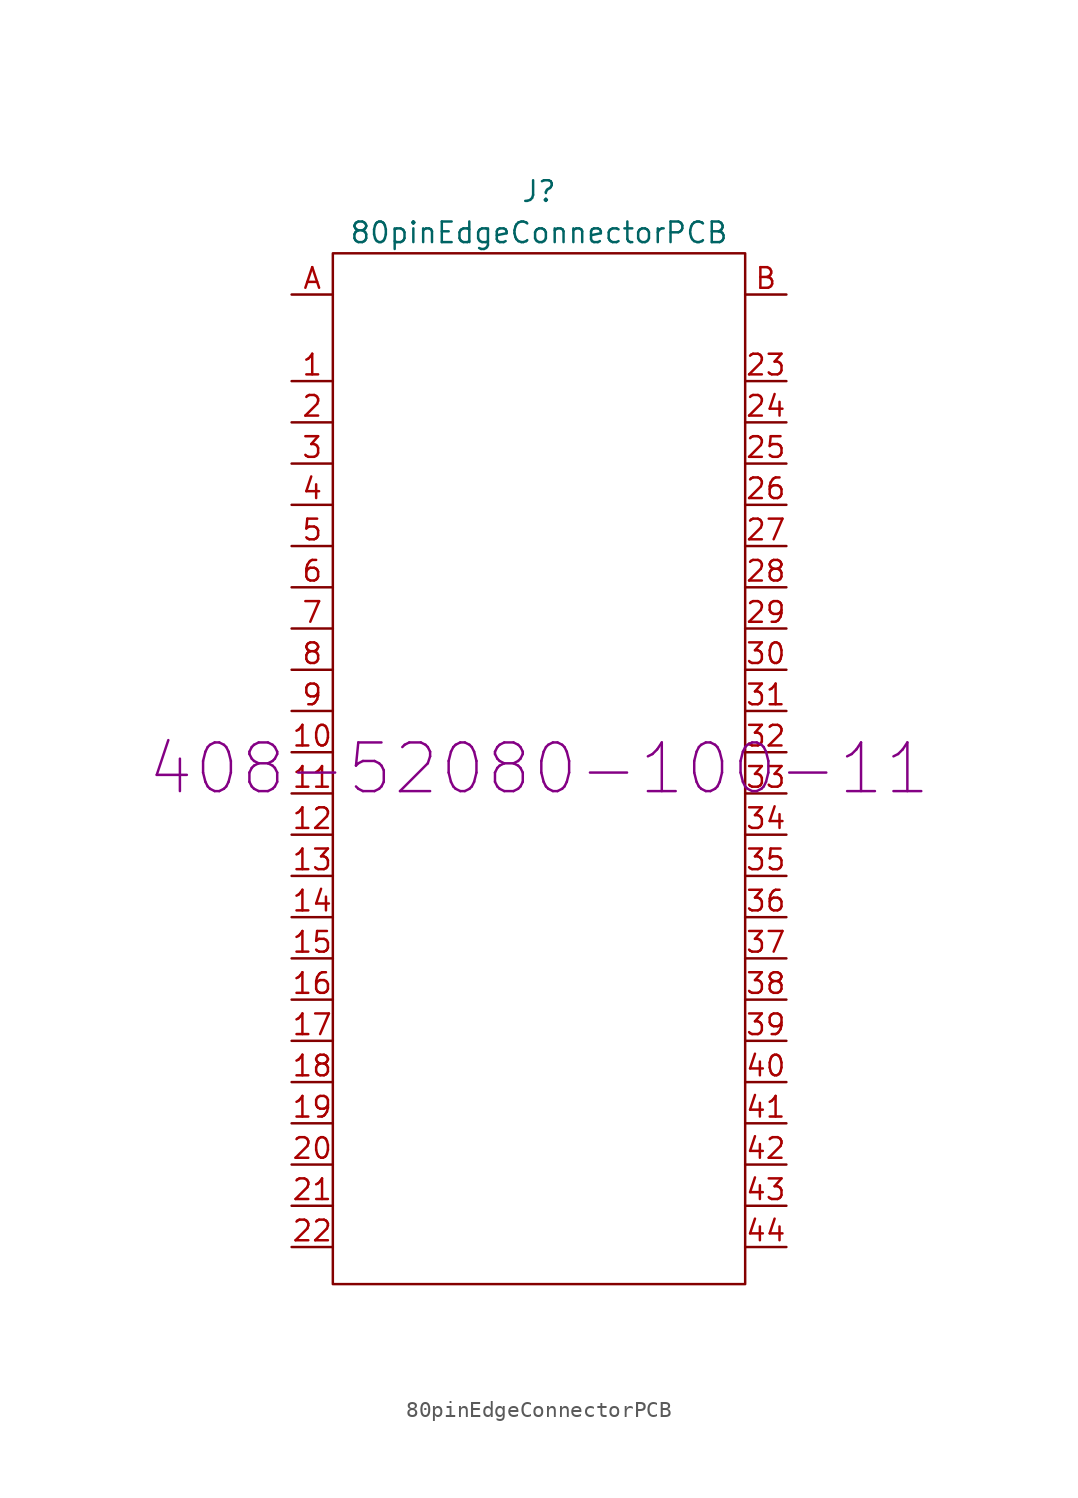
<source format=kicad_sym>
(kicad_symbol_lib
  (version 20220914)
  (generator kicad_symbol_editor)
  (symbol "80pinEdgeConnectorPCB"
    (pin_names
      (offset 1.016))
    (property "Reference" "J"
      (at 0 35.56 0)
      (effects (font (size 1.27 1.27))))
    (property "Value" "80pinEdgeConnectorPCB"
      (at 0 33.02 0)
      (effects (font (size 1.27 1.27))))
    (property "MFG ID" "408-52080-100-11"
      (at 0 0 0)
      (effects (font (size 2.997 2.997))))
    (symbol "80pinEdgeConnectorPCB_0_1"
      (rectangle (start -12.7 31.75) (end 12.7 -31.75) (stroke (width 0) (type default)) (fill (type none))))
    (symbol "80pinEdgeConnectorPCB_1_1"
      (pin input line (at -15.24 23.876 0) (length 2.54) (name "~" (effects (font (size 1.27 1.27)))) (number "1" (effects (font (size 1.27 1.27)))))
      (pin input line (at -15.24 1.016 0) (length 2.54) (name "~" (effects (font (size 1.27 1.27)))) (number "10" (effects (font (size 1.27 1.27)))))
      (pin input line (at -15.24 -1.524 0) (length 2.54) (name "~" (effects (font (size 1.27 1.27)))) (number "11" (effects (font (size 1.27 1.27)))))
      (pin input line (at -15.24 -4.064 0) (length 2.54) (name "~" (effects (font (size 1.27 1.27)))) (number "12" (effects (font (size 1.27 1.27)))))
      (pin input line (at -15.24 -6.604 0) (length 2.54) (name "~" (effects (font (size 1.27 1.27)))) (number "13" (effects (font (size 1.27 1.27)))))
      (pin input line (at -15.24 -9.144 0) (length 2.54) (name "~" (effects (font (size 1.27 1.27)))) (number "14" (effects (font (size 1.27 1.27)))))
      (pin input line (at -15.24 -11.684 0) (length 2.54) (name "~" (effects (font (size 1.27 1.27)))) (number "15" (effects (font (size 1.27 1.27)))))
      (pin input line (at -15.24 -14.224 0) (length 2.54) (name "~" (effects (font (size 1.27 1.27)))) (number "16" (effects (font (size 1.27 1.27)))))
      (pin input line (at -15.24 -16.764 0) (length 2.54) (name "~" (effects (font (size 1.27 1.27)))) (number "17" (effects (font (size 1.27 1.27)))))
      (pin input line (at -15.24 -19.304 0) (length 2.54) (name "~" (effects (font (size 1.27 1.27)))) (number "18" (effects (font (size 1.27 1.27)))))
      (pin input line (at -15.24 -21.844 0) (length 2.54) (name "~" (effects (font (size 1.27 1.27)))) (number "19" (effects (font (size 1.27 1.27)))))
      (pin input line (at -15.24 21.336 0) (length 2.54) (name "~" (effects (font (size 1.27 1.27)))) (number "2" (effects (font (size 1.27 1.27)))))
      (pin input line (at -15.24 -24.384 0) (length 2.54) (name "~" (effects (font (size 1.27 1.27)))) (number "20" (effects (font (size 1.27 1.27)))))
      (pin input line (at -15.24 -26.924 0) (length 2.54) (name "~" (effects (font (size 1.27 1.27)))) (number "21" (effects (font (size 1.27 1.27)))))
      (pin input line (at -15.24 -29.464 0) (length 2.54) (name "~" (effects (font (size 1.27 1.27)))) (number "22" (effects (font (size 1.27 1.27)))))
      (pin input line (at 15.24 23.876 180) (length 2.54) (name "~" (effects (font (size 1.27 1.27)))) (number "23" (effects (font (size 1.27 1.27)))))
      (pin input line (at 15.24 21.336 180) (length 2.54) (name "~" (effects (font (size 1.27 1.27)))) (number "24" (effects (font (size 1.27 1.27)))))
      (pin input line (at 15.24 18.796 180) (length 2.54) (name "~" (effects (font (size 1.27 1.27)))) (number "25" (effects (font (size 1.27 1.27)))))
      (pin input line (at 15.24 16.256 180) (length 2.54) (name "~" (effects (font (size 1.27 1.27)))) (number "26" (effects (font (size 1.27 1.27)))))
      (pin input line (at 15.24 13.716 180) (length 2.54) (name "~" (effects (font (size 1.27 1.27)))) (number "27" (effects (font (size 1.27 1.27)))))
      (pin input line (at 15.24 11.176 180) (length 2.54) (name "~" (effects (font (size 1.27 1.27)))) (number "28" (effects (font (size 1.27 1.27)))))
      (pin input line (at 15.24 8.636 180) (length 2.54) (name "~" (effects (font (size 1.27 1.27)))) (number "29" (effects (font (size 1.27 1.27)))))
      (pin input line (at -15.24 18.796 0) (length 2.54) (name "~" (effects (font (size 1.27 1.27)))) (number "3" (effects (font (size 1.27 1.27)))))
      (pin input line (at 15.24 6.096 180) (length 2.54) (name "~" (effects (font (size 1.27 1.27)))) (number "30" (effects (font (size 1.27 1.27)))))
      (pin input line (at 15.24 3.556 180) (length 2.54) (name "~" (effects (font (size 1.27 1.27)))) (number "31" (effects (font (size 1.27 1.27)))))
      (pin input line (at 15.24 1.016 180) (length 2.54) (name "~" (effects (font (size 1.27 1.27)))) (number "32" (effects (font (size 1.27 1.27)))))
      (pin input line (at 15.24 -1.524 180) (length 2.54) (name "~" (effects (font (size 1.27 1.27)))) (number "33" (effects (font (size 1.27 1.27)))))
      (pin input line (at 15.24 -4.064 180) (length 2.54) (name "~" (effects (font (size 1.27 1.27)))) (number "34" (effects (font (size 1.27 1.27)))))
      (pin input line (at 15.24 -6.604 180) (length 2.54) (name "~" (effects (font (size 1.27 1.27)))) (number "35" (effects (font (size 1.27 1.27)))))
      (pin input line (at 15.24 -9.144 180) (length 2.54) (name "~" (effects (font (size 1.27 1.27)))) (number "36" (effects (font (size 1.27 1.27)))))
      (pin input line (at 15.24 -11.684 180) (length 2.54) (name "~" (effects (font (size 1.27 1.27)))) (number "37" (effects (font (size 1.27 1.27)))))
      (pin input line (at 15.24 -14.224 180) (length 2.54) (name "~" (effects (font (size 1.27 1.27)))) (number "38" (effects (font (size 1.27 1.27)))))
      (pin input line (at 15.24 -16.764 180) (length 2.54) (name "~" (effects (font (size 1.27 1.27)))) (number "39" (effects (font (size 1.27 1.27)))))
      (pin input line (at -15.24 16.256 0) (length 2.54) (name "~" (effects (font (size 1.27 1.27)))) (number "4" (effects (font (size 1.27 1.27)))))
      (pin input line (at 15.24 -19.304 180) (length 2.54) (name "~" (effects (font (size 1.27 1.27)))) (number "40" (effects (font (size 1.27 1.27)))))
      (pin input line (at 15.24 -21.844 180) (length 2.54) (name "~" (effects (font (size 1.27 1.27)))) (number "41" (effects (font (size 1.27 1.27)))))
      (pin input line (at 15.24 -24.384 180) (length 2.54) (name "~" (effects (font (size 1.27 1.27)))) (number "42" (effects (font (size 1.27 1.27)))))
      (pin input line (at 15.24 -26.924 180) (length 2.54) (name "~" (effects (font (size 1.27 1.27)))) (number "43" (effects (font (size 1.27 1.27)))))
      (pin input line (at 15.24 -29.464 180) (length 2.54) (name "~" (effects (font (size 1.27 1.27)))) (number "44" (effects (font (size 1.27 1.27)))))
      (pin input line (at -15.24 13.716 0) (length 2.54) (name "~" (effects (font (size 1.27 1.27)))) (number "5" (effects (font (size 1.27 1.27)))))
      (pin input line (at -15.24 11.176 0) (length 2.54) (name "~" (effects (font (size 1.27 1.27)))) (number "6" (effects (font (size 1.27 1.27)))))
      (pin input line (at -15.24 8.636 0) (length 2.54) (name "~" (effects (font (size 1.27 1.27)))) (number "7" (effects (font (size 1.27 1.27)))))
      (pin input line (at -15.24 6.096 0) (length 2.54) (name "~" (effects (font (size 1.27 1.27)))) (number "8" (effects (font (size 1.27 1.27)))))
      (pin input line (at -15.24 3.556 0) (length 2.54) (name "~" (effects (font (size 1.27 1.27)))) (number "9" (effects (font (size 1.27 1.27)))))
      (pin input line (at -15.24 29.21 0) (length 2.54) (name "~" (effects (font (size 1.27 1.27)))) (number "A" (effects (font (size 1.27 1.27)))))
      (pin input line (at 15.24 29.21 180) (length 2.54) (name "~" (effects (font (size 1.27 1.27)))) (number "B" (effects (font (size 1.27 1.27))))))))
</source>
